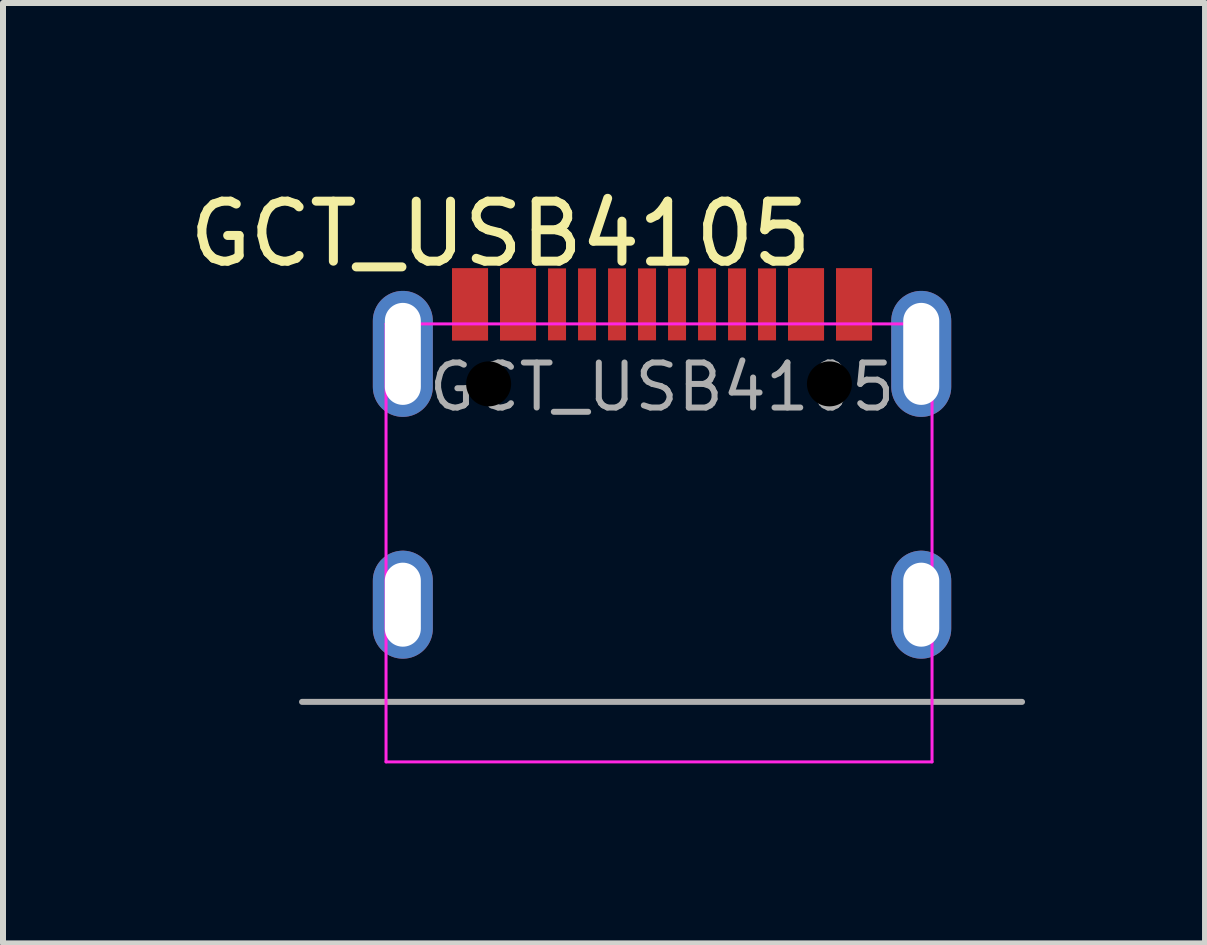
<source format=kicad_pcb>
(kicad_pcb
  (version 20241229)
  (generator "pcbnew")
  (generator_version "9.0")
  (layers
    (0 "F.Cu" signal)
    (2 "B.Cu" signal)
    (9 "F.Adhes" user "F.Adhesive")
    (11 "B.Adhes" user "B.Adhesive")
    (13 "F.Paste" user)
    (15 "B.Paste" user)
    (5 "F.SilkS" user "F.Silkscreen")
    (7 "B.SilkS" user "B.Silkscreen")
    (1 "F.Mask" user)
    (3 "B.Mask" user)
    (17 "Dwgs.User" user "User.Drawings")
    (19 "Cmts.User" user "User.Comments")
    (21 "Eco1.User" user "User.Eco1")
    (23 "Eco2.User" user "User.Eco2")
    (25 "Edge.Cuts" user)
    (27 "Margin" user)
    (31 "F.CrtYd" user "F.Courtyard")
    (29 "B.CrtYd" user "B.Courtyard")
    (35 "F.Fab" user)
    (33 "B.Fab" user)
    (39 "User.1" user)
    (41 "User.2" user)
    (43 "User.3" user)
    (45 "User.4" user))
  (footprint "GCT_USB4105"
    (layer "F.Cu")
    (at 7.984 2.848)
    (property "Reference" "GCT_USB4105" (at -2.692 -2 0) (layer "F.SilkS") (effects (font (size 1 1) (thickness 0.15))))
    (attr smd)
    (fp_line (start -4.6 -0.5) (end 4.5 -0.5) (stroke (width 0.05) (type solid)) (layer "F.CrtYd"))
    (fp_line (start -4.6 6.8) (end -4.6 -0.5) (stroke (width 0.05) (type solid)) (layer "F.CrtYd"))
    (fp_line (start 4.5 -0.5) (end 4.5 6.8) (stroke (width 0.05) (type solid)) (layer "F.CrtYd"))
    (fp_line (start 4.5 6.8) (end -4.6 6.8) (stroke (width 0.05) (type solid)) (layer "F.CrtYd"))
    (fp_line (start -6 5.8) (end 6 5.8) (stroke (width 0.1) (type solid)) (layer "F.Fab"))
    (fp_text user "${REFERENCE}" (at 0 0.552 0) (layer "F.Fab") (effects (font (size 0.75 0.75) (thickness 0.1))))
    (pad "" np_thru_hole circle (at -2.89 0.5 180) (size 0.75 0.75) (drill 0.75) (layers "*.Mask"))
    (pad "" np_thru_hole circle (at 2.79 0.5 180) (size 0.75 0.75) (drill 0.75) (layers "*.Mask"))
    (pad "A1" smd rect (at -3.2 -0.825) (size 0.6 1.2) (layers "F.Cu" "F.Mask" "F.Paste"))
    (pad "A4" smd rect (at -2.4 -0.825) (size 0.6 1.2) (layers "F.Cu" "F.Mask" "F.Paste"))
    (pad "A5" smd rect (at -1.25 -0.825) (size 0.3 1.2) (layers "F.Cu" "F.Mask" "F.Paste"))
    (pad "A6" smd rect (at -0.25 -0.825) (size 0.3 1.2) (layers "F.Cu" "F.Mask" "F.Paste"))
    (pad "A7" smd rect (at 0.25 -0.825) (size 0.3 1.2) (layers "F.Cu" "F.Mask" "F.Paste"))
    (pad "A8" smd rect (at 1.25 -0.825) (size 0.3 1.2) (layers "F.Cu" "F.Mask" "F.Paste"))
    (pad "A9" smd rect (at 2.4 -0.825) (size 0.6 1.2) (layers "F.Cu" "F.Mask" "F.Paste"))
    (pad "A12" smd rect (at 3.2 -0.825) (size 0.6 1.2) (layers "F.Cu" "F.Mask" "F.Paste"))
    (pad "B1" smd rect (at 3.2 -0.825) (size 0.6 1.2) (layers "F.Cu" "F.Mask" "F.Paste"))
    (pad "B4" smd rect (at 2.4 -0.825) (size 0.6 1.2) (layers "F.Cu" "F.Mask" "F.Paste"))
    (pad "B5" smd rect (at 1.75 -0.825) (size 0.3 1.2) (layers "F.Cu" "F.Mask" "F.Paste"))
    (pad "B6" smd rect (at 0.75 -0.825) (size 0.3 1.2) (layers "F.Cu" "F.Mask" "F.Paste"))
    (pad "B7" smd rect (at -0.75 -0.825) (size 0.3 1.2) (layers "F.Cu" "F.Mask" "F.Paste"))
    (pad "B8" smd rect (at -1.75 -0.825) (size 0.3 1.2) (layers "F.Cu" "F.Mask" "F.Paste"))
    (pad "B9" smd rect (at -2.4 -0.825) (size 0.6 1.2) (layers "F.Cu" "F.Mask" "F.Paste"))
    (pad "B12" smd rect (at -3.2 -0.825) (size 0.6 1.2) (layers "F.Cu" "F.Mask" "F.Paste"))
    (pad "S1" thru_hole oval (at -4.32 0 180) (size 1 2.1) (drill oval 0.6 1.7) (layers "*.Cu" "*.Mask") (remove_unused_layers yes) (keep_end_layers yes) (zone_layer_connections))
    (pad "S1" thru_hole oval (at -4.32 4.18 180) (size 1 1.8) (drill oval 0.6 1.4) (layers "*.Cu" "*.Mask") (remove_unused_layers yes) (keep_end_layers yes) (zone_layer_connections))
    (pad "S1" thru_hole oval (at 4.32 0) (size 1 2.1) (drill oval 0.6 1.7) (layers "*.Cu" "*.Mask") (remove_unused_layers yes) (keep_end_layers yes) (zone_layer_connections))
    (pad "S1" thru_hole oval (at 4.32 4.18 180) (size 1 1.8) (drill oval 0.6 1.4) (layers "*.Cu" "*.Mask") (remove_unused_layers yes) (keep_end_layers yes) (zone_layer_connections)))
  (gr_rect
    (start -3 -3)
    (end 17.034 12.673)
    (stroke (width 0.1) (type default))
    (fill no)
    (layer "Edge.Cuts")))
</source>
